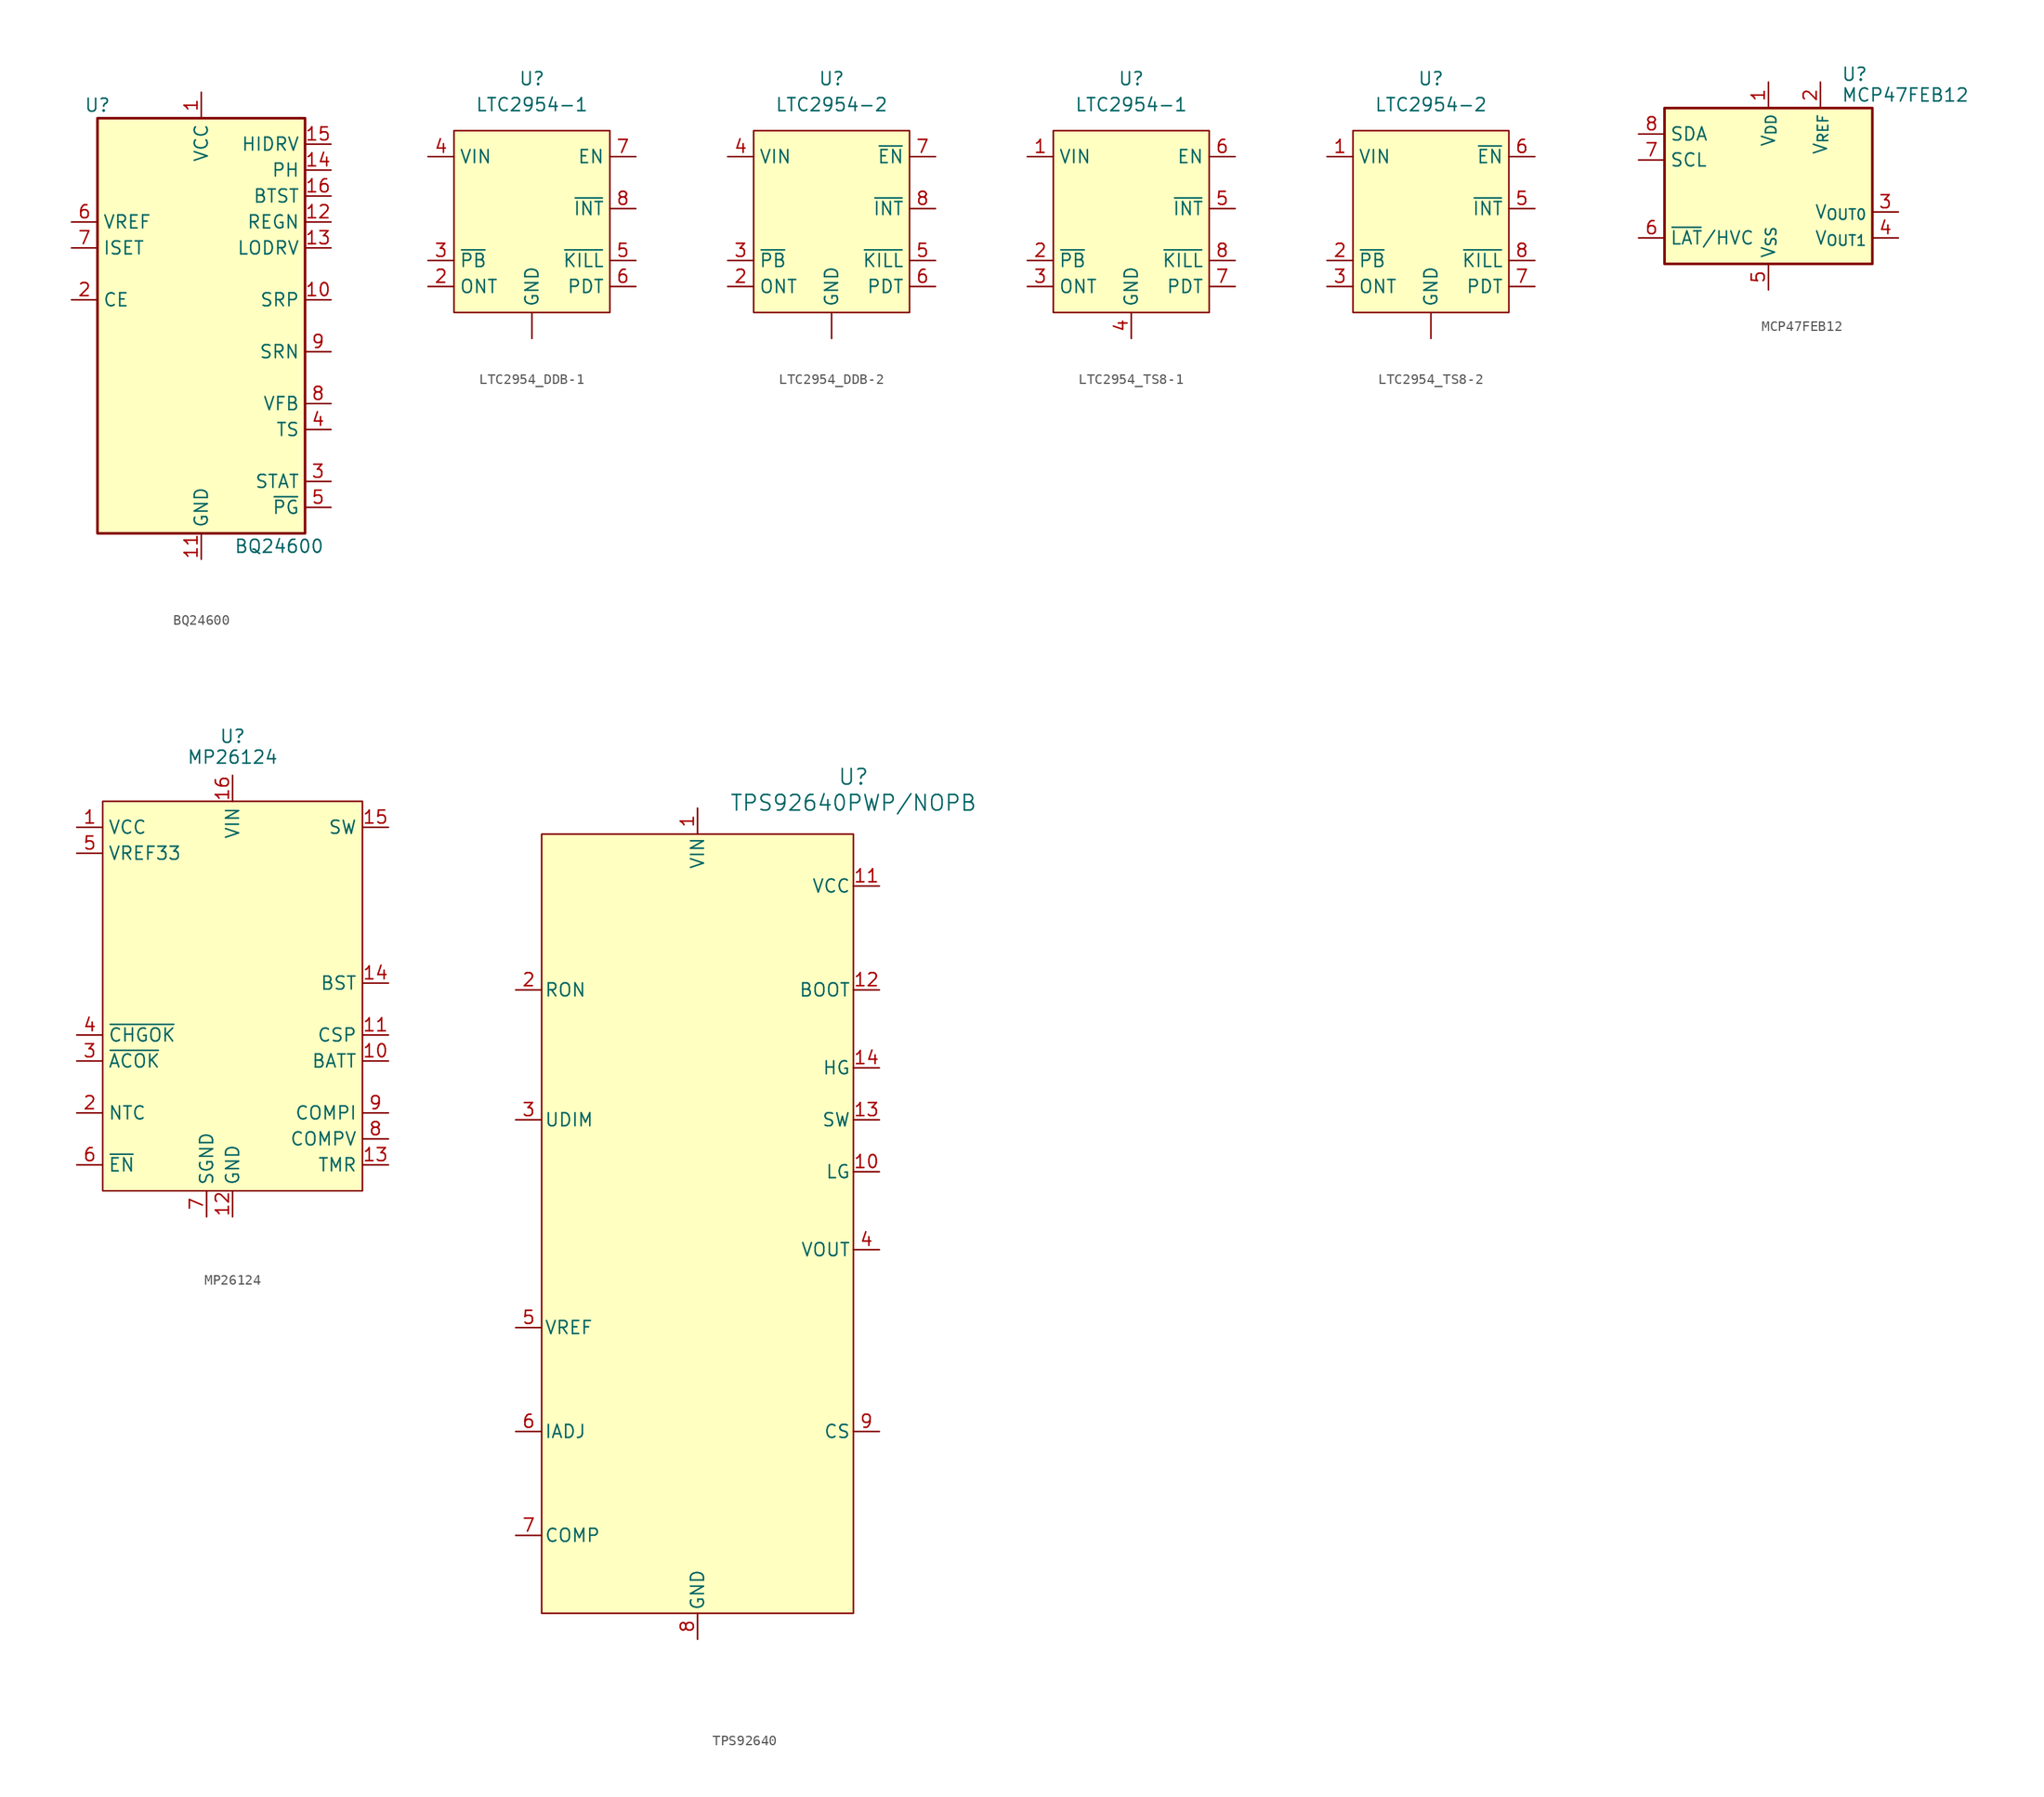
<source format=kicad_sym>
(kicad_symbol_lib
  (version 20231120)
  (generator "kicad_symbol_editor")
  (generator_version "8.0")
  (symbol "BQ24600"
    (property "Reference" "U"
      (at -10.16 21.59 0)
      (effects (font (size 1.27 1.27))))
    (property "Value" "BQ24600"
      (at 7.62 -21.59 0)
      (effects (font (size 1.27 1.27))))
    (symbol "BQ24600_1_1"
      (rectangle (start -10.16 20.32) (end 10.16 -20.32) (stroke (width 0.254) (type default)) (fill (type background)))
      (pin power_in line (at 0 22.86 270) (length 2.54) (name "VCC" (effects (font (size 1.27 1.27)))) (number "1" (effects (font (size 1.27 1.27)))))
      (pin input line (at 12.7 2.54 180) (length 2.54) (name "SRP" (effects (font (size 1.27 1.27)))) (number "10" (effects (font (size 1.27 1.27)))))
      (pin power_in line (at 0 -22.86 90) (length 2.54) (name "GND" (effects (font (size 1.27 1.27)))) (number "11" (effects (font (size 1.27 1.27)))))
      (pin output line (at 12.7 10.16 180) (length 2.54) (name "REGN" (effects (font (size 1.27 1.27)))) (number "12" (effects (font (size 1.27 1.27)))))
      (pin output line (at 12.7 7.62 180) (length 2.54) (name "LODRV" (effects (font (size 1.27 1.27)))) (number "13" (effects (font (size 1.27 1.27)))))
      (pin input line (at 12.7 15.24 180) (length 2.54) (name "PH" (effects (font (size 1.27 1.27)))) (number "14" (effects (font (size 1.27 1.27)))))
      (pin output line (at 12.7 17.78 180) (length 2.54) (name "HIDRV" (effects (font (size 1.27 1.27)))) (number "15" (effects (font (size 1.27 1.27)))))
      (pin output line (at 12.7 12.7 180) (length 2.54) (name "BTST" (effects (font (size 1.27 1.27)))) (number "16" (effects (font (size 1.27 1.27)))))
      (pin passive line (at 0 -22.86 90) (length 2.54) hide (name "GND" (effects (font (size 1.27 1.27)))) (number "17" (effects (font (size 1.27 1.27)))))
      (pin input line (at -12.7 2.54 0) (length 2.54) (name "CE" (effects (font (size 1.27 1.27)))) (number "2" (effects (font (size 1.27 1.27)))))
      (pin open_collector line (at 12.7 -15.24 180) (length 2.54) (name "STAT" (effects (font (size 1.27 1.27)))) (number "3" (effects (font (size 1.27 1.27)))))
      (pin input line (at 12.7 -10.16 180) (length 2.54) (name "TS" (effects (font (size 1.27 1.27)))) (number "4" (effects (font (size 1.27 1.27)))))
      (pin open_collector line (at 12.7 -17.78 180) (length 2.54) (name "~{PG}" (effects (font (size 1.27 1.27)))) (number "5" (effects (font (size 1.27 1.27)))))
      (pin input line (at -12.7 10.16 0) (length 2.54) (name "VREF" (effects (font (size 1.27 1.27)))) (number "6" (effects (font (size 1.27 1.27)))))
      (pin input line (at -12.7 7.62 0) (length 2.54) (name "ISET" (effects (font (size 1.27 1.27)))) (number "7" (effects (font (size 1.27 1.27)))))
      (pin input line (at 12.7 -7.62 180) (length 2.54) (name "VFB" (effects (font (size 1.27 1.27)))) (number "8" (effects (font (size 1.27 1.27)))))
      (pin input line (at 12.7 -2.54 180) (length 2.54) (name "SRN" (effects (font (size 1.27 1.27)))) (number "9" (effects (font (size 1.27 1.27)))))))
  (symbol "LTC2954_DDB-1"
    (property "Reference" "U"
      (at 0 13.97 0)
      (effects (font (size 1.27 1.27))))
    (property "Value" "LTC2954-1"
      (at 0 11.43 0)
      (effects (font (size 1.27 1.27))))
    (symbol "LTC2954_DDB-1_1_1"
      (rectangle (start -7.62 8.89) (end 7.62 -8.89) (stroke (width 0) (type default)) (fill (type background)))
      (pin power_in line (at 0 -11.43 90) (length 2.54) (name "GND" (effects (font (size 1.27 1.27)))) (number "" (effects (font (size 1.27 1.27)))))
      (pin power_in line (at 0 -11.43 90) (length 2.54) hide (name "GND" (effects (font (size 1.27 1.27)))) (number "1" (effects (font (size 1.27 1.27)))))
      (pin input line (at -10.16 -6.35 0) (length 2.54) (name "ONT" (effects (font (size 1.27 1.27)))) (number "2" (effects (font (size 1.27 1.27)))))
      (pin input line (at -10.16 -3.81 0) (length 2.54) (name "~{PB}" (effects (font (size 1.27 1.27)))) (number "3" (effects (font (size 1.27 1.27)))))
      (pin power_in line (at -10.16 6.35 0) (length 2.54) (name "VIN" (effects (font (size 1.27 1.27)))) (number "4" (effects (font (size 1.27 1.27)))))
      (pin input line (at 10.16 -3.81 180) (length 2.54) (name "~{KILL}" (effects (font (size 1.27 1.27)))) (number "5" (effects (font (size 1.27 1.27)))))
      (pin input line (at 10.16 -6.35 180) (length 2.54) (name "PDT" (effects (font (size 1.27 1.27)))) (number "6" (effects (font (size 1.27 1.27)))))
      (pin open_collector line (at 10.16 6.35 180) (length 2.54) (name "EN" (effects (font (size 1.27 1.27)))) (number "7" (effects (font (size 1.27 1.27)))))
      (pin open_collector line (at 10.16 1.27 180) (length 2.54) (name "~{INT}" (effects (font (size 1.27 1.27)))) (number "8" (effects (font (size 1.27 1.27)))))
      (pin power_in line (at 0 -11.43 90) (length 2.54) hide (name "GND" (effects (font (size 1.27 1.27)))) (number "9" (effects (font (size 1.27 1.27)))))))
  (symbol "LTC2954_DDB-2"
    (property "Reference" "U"
      (at 0 13.97 0)
      (effects (font (size 1.27 1.27))))
    (property "Value" "LTC2954-2"
      (at 0 11.43 0)
      (effects (font (size 1.27 1.27))))
    (symbol "LTC2954_DDB-2_1_1"
      (rectangle (start -7.62 8.89) (end 7.62 -8.89) (stroke (width 0) (type default)) (fill (type background)))
      (pin power_in line (at 0 -11.43 90) (length 2.54) (name "GND" (effects (font (size 1.27 1.27)))) (number "" (effects (font (size 1.27 1.27)))))
      (pin power_in line (at 0 -11.43 90) (length 2.54) hide (name "GND" (effects (font (size 1.27 1.27)))) (number "1" (effects (font (size 1.27 1.27)))))
      (pin input line (at -10.16 -6.35 0) (length 2.54) (name "ONT" (effects (font (size 1.27 1.27)))) (number "2" (effects (font (size 1.27 1.27)))))
      (pin input line (at -10.16 -3.81 0) (length 2.54) (name "~{PB}" (effects (font (size 1.27 1.27)))) (number "3" (effects (font (size 1.27 1.27)))))
      (pin power_in line (at -10.16 6.35 0) (length 2.54) (name "VIN" (effects (font (size 1.27 1.27)))) (number "4" (effects (font (size 1.27 1.27)))))
      (pin input line (at 10.16 -3.81 180) (length 2.54) (name "~{KILL}" (effects (font (size 1.27 1.27)))) (number "5" (effects (font (size 1.27 1.27)))))
      (pin input line (at 10.16 -6.35 180) (length 2.54) (name "PDT" (effects (font (size 1.27 1.27)))) (number "6" (effects (font (size 1.27 1.27)))))
      (pin open_collector line (at 10.16 6.35 180) (length 2.54) (name "~{EN}" (effects (font (size 1.27 1.27)))) (number "7" (effects (font (size 1.27 1.27)))))
      (pin open_collector line (at 10.16 1.27 180) (length 2.54) (name "~{INT}" (effects (font (size 1.27 1.27)))) (number "8" (effects (font (size 1.27 1.27)))))
      (pin power_in line (at 0 -11.43 90) (length 2.54) hide (name "GND" (effects (font (size 1.27 1.27)))) (number "9" (effects (font (size 1.27 1.27)))))))
  (symbol "LTC2954_TS8-1"
    (property "Reference" "U"
      (at 0 13.97 0)
      (effects (font (size 1.27 1.27))))
    (property "Value" "LTC2954-1"
      (at 0 11.43 0)
      (effects (font (size 1.27 1.27))))
    (symbol "LTC2954_TS8-1_1_1"
      (rectangle (start -7.62 8.89) (end 7.62 -8.89) (stroke (width 0) (type default)) (fill (type background)))
      (pin power_in line (at -10.16 6.35 0) (length 2.54) (name "VIN" (effects (font (size 1.27 1.27)))) (number "1" (effects (font (size 1.27 1.27)))))
      (pin input line (at -10.16 -3.81 0) (length 2.54) (name "~{PB}" (effects (font (size 1.27 1.27)))) (number "2" (effects (font (size 1.27 1.27)))))
      (pin input line (at -10.16 -6.35 0) (length 2.54) (name "ONT" (effects (font (size 1.27 1.27)))) (number "3" (effects (font (size 1.27 1.27)))))
      (pin power_in line (at 0 -11.43 90) (length 2.54) (name "GND" (effects (font (size 1.27 1.27)))) (number "4" (effects (font (size 1.27 1.27)))))
      (pin open_collector line (at 10.16 1.27 180) (length 2.54) (name "~{INT}" (effects (font (size 1.27 1.27)))) (number "5" (effects (font (size 1.27 1.27)))))
      (pin open_collector line (at 10.16 6.35 180) (length 2.54) (name "EN" (effects (font (size 1.27 1.27)))) (number "6" (effects (font (size 1.27 1.27)))))
      (pin input line (at 10.16 -6.35 180) (length 2.54) (name "PDT" (effects (font (size 1.27 1.27)))) (number "7" (effects (font (size 1.27 1.27)))))
      (pin input line (at 10.16 -3.81 180) (length 2.54) (name "~{KILL}" (effects (font (size 1.27 1.27)))) (number "8" (effects (font (size 1.27 1.27)))))))
  (symbol "LTC2954_TS8-2"
    (property "Reference" "U"
      (at 0 13.97 0)
      (effects (font (size 1.27 1.27))))
    (property "Value" "LTC2954-2"
      (at 0 11.43 0)
      (effects (font (size 1.27 1.27))))
    (symbol "LTC2954_TS8-2_1_1"
      (rectangle (start -7.62 8.89) (end 7.62 -8.89) (stroke (width 0) (type default)) (fill (type background)))
      (pin power_in line (at 0 -11.43 90) (length 2.54) (name "GND" (effects (font (size 1.27 1.27)))) (number "" (effects (font (size 1.27 1.27)))))
      (pin power_in line (at -10.16 6.35 0) (length 2.54) (name "VIN" (effects (font (size 1.27 1.27)))) (number "1" (effects (font (size 1.27 1.27)))))
      (pin input line (at -10.16 -3.81 0) (length 2.54) (name "~{PB}" (effects (font (size 1.27 1.27)))) (number "2" (effects (font (size 1.27 1.27)))))
      (pin input line (at -10.16 -6.35 0) (length 2.54) (name "ONT" (effects (font (size 1.27 1.27)))) (number "3" (effects (font (size 1.27 1.27)))))
      (pin power_in line (at 0 -11.43 90) (length 2.54) hide (name "GND" (effects (font (size 1.27 1.27)))) (number "4" (effects (font (size 1.27 1.27)))))
      (pin open_collector line (at 10.16 1.27 180) (length 2.54) (name "~{INT}" (effects (font (size 1.27 1.27)))) (number "5" (effects (font (size 1.27 1.27)))))
      (pin open_collector line (at 10.16 6.35 180) (length 2.54) (name "~{EN}" (effects (font (size 1.27 1.27)))) (number "6" (effects (font (size 1.27 1.27)))))
      (pin input line (at 10.16 -6.35 180) (length 2.54) (name "PDT" (effects (font (size 1.27 1.27)))) (number "7" (effects (font (size 1.27 1.27)))))
      (pin input line (at 10.16 -3.81 180) (length 2.54) (name "~{KILL}" (effects (font (size 1.27 1.27)))) (number "8" (effects (font (size 1.27 1.27)))))))
  (symbol "MCP47FEB12"
    (property "Reference" "U"
      (at 7.112 10.922 0)
      (effects (font (size 1.27 1.27)) (justify left)))
    (property "Value" "MCP47FEB12"
      (at 7.112 8.89 0)
      (effects (font (size 1.27 1.27)) (justify left)))
    (symbol "MCP47FEB12_0_1"
      (rectangle (start -10.16 7.62) (end 10.16 -7.62) (stroke (width 0.254) (type default)) (fill (type background))))
    (symbol "MCP47FEB12_1_1"
      (pin power_in line (at 0 10.16 270) (length 2.54) (name "V_{DD}" (effects (font (size 1.27 1.27)))) (number "1" (effects (font (size 1.27 1.27)))))
      (pin power_in line (at 5.08 10.16 270) (length 2.54) (name "V_{REF}" (effects (font (size 1.27 1.27)))) (number "2" (effects (font (size 1.27 1.27)))))
      (pin output line (at 12.7 -2.54 180) (length 2.54) (name "V_{OUT0}" (effects (font (size 1.27 1.27)))) (number "3" (effects (font (size 1.27 1.27)))))
      (pin output line (at 12.7 -5.08 180) (length 2.54) (name "V_{OUT1}" (effects (font (size 1.27 1.27)))) (number "4" (effects (font (size 1.27 1.27)))))
      (pin power_in line (at 0 -10.16 90) (length 2.54) (name "V_{SS}" (effects (font (size 1.27 1.27)))) (number "5" (effects (font (size 1.27 1.27)))))
      (pin input line (at -12.7 -5.08 0) (length 2.54) (name "~{LAT}/HVC" (effects (font (size 1.27 1.27)))) (number "6" (effects (font (size 1.27 1.27)))))
      (pin input line (at -12.7 2.54 0) (length 2.54) (name "SCL" (effects (font (size 1.27 1.27)))) (number "7" (effects (font (size 1.27 1.27)))))
      (pin input line (at -12.7 5.08 0) (length 2.54) (name "SDA" (effects (font (size 1.27 1.27)))) (number "8" (effects (font (size 1.27 1.27)))))))
  (symbol "MP26124"
    (property "Reference" "U"
      (at 0 25.4 0)
      (effects (font (size 1.27 1.27))))
    (property "Value" "MP26124"
      (at 0 23.368 0)
      (effects (font (size 1.27 1.27))))
    (symbol "MP26124_1_0"
      (pin input line (at 15.24 -6.35 180) (length 2.54) (name "BATT" (effects (font (size 1.27 1.27)))) (number "10" (effects (font (size 1.27 1.27)))))
      (pin input line (at 15.24 -3.81 180) (length 2.54) (name "CSP" (effects (font (size 1.27 1.27)))) (number "11" (effects (font (size 1.27 1.27)))))
      (pin power_in line (at 0 -21.59 90) (length 2.54) (name "GND" (effects (font (size 1.27 1.27)))) (number "12" (effects (font (size 1.27 1.27)))))
      (pin passive line (at 15.24 -16.51 180) (length 2.54) (name "TMR" (effects (font (size 1.27 1.27)))) (number "13" (effects (font (size 1.27 1.27)))))
      (pin passive line (at 15.24 1.27 180) (length 2.54) (name "BST" (effects (font (size 1.27 1.27)))) (number "14" (effects (font (size 1.27 1.27)))))
      (pin power_out line (at 15.24 16.51 180) (length 2.54) (name "SW" (effects (font (size 1.27 1.27)))) (number "15" (effects (font (size 1.27 1.27)))))
      (pin power_in line (at 0 21.59 270) (length 2.54) (name "VIN" (effects (font (size 1.27 1.27)))) (number "16" (effects (font (size 1.27 1.27)))))
      (pin power_in line (at 0 -21.59 90) (length 2.54) hide (name "GND" (effects (font (size 1.27 1.27)))) (number "17" (effects (font (size 1.27 1.27)))))
      (pin input line (at -15.24 -11.43 0) (length 2.54) (name "NTC" (effects (font (size 1.27 1.27)))) (number "2" (effects (font (size 1.27 1.27)))))
      (pin open_collector line (at -15.24 -6.35 0) (length 2.54) (name "~{ACOK}" (effects (font (size 1.27 1.27)))) (number "3" (effects (font (size 1.27 1.27)))))
      (pin open_collector line (at -15.24 -3.81 0) (length 2.54) (name "~{CHGOK}" (effects (font (size 1.27 1.27)))) (number "4" (effects (font (size 1.27 1.27)))))
      (pin power_out line (at -15.24 13.97 0) (length 2.54) (name "VREF33" (effects (font (size 1.27 1.27)))) (number "5" (effects (font (size 1.27 1.27)))))
      (pin open_collector line (at -15.24 -16.51 0) (length 2.54) (name "~{EN}" (effects (font (size 1.27 1.27)))) (number "6" (effects (font (size 1.27 1.27)))))
      (pin power_in line (at -2.54 -21.59 90) (length 2.54) (name "SGND" (effects (font (size 1.27 1.27)))) (number "7" (effects (font (size 1.27 1.27)))))
      (pin passive line (at 15.24 -13.97 180) (length 2.54) (name "COMPV" (effects (font (size 1.27 1.27)))) (number "8" (effects (font (size 1.27 1.27)))))
      (pin passive line (at 15.24 -11.43 180) (length 2.54) (name "COMPI" (effects (font (size 1.27 1.27)))) (number "9" (effects (font (size 1.27 1.27))))))
    (symbol "MP26124_1_1"
      (rectangle (start -12.7 19.05) (end 12.7 -19.05) (stroke (width 0) (type default)) (fill (type background)))
      (pin power_in line (at -15.24 16.51 0) (length 2.54) (name "VCC" (effects (font (size 1.27 1.27)))) (number "1" (effects (font (size 1.27 1.27)))))))
  (symbol "TPS92640"
    (pin_names
      (offset 0.254))
    (property "Reference" "U"
      (at 15.24 43.688 0)
      (effects (font (size 1.524 1.524))))
    (property "Value" "TPS92640PWP/NOPB"
      (at 15.24 41.148 0)
      (effects (font (size 1.524 1.524))))
    (symbol "TPS92640_0_1"
      (pin power_in line (at 0 40.64 270) (length 2.54) (name "VIN" (effects (font (size 1.27 1.27)))) (number "1" (effects (font (size 1.27 1.27)))))
      (pin output line (at 17.78 5.08 180) (length 2.54) (name "LG" (effects (font (size 1.27 1.27)))) (number "10" (effects (font (size 1.27 1.27)))))
      (pin power_in line (at 17.78 33.02 180) (length 2.54) (name "VCC" (effects (font (size 1.27 1.27)))) (number "11" (effects (font (size 1.27 1.27)))))
      (pin power_in line (at 17.78 22.86 180) (length 2.54) (name "BOOT" (effects (font (size 1.27 1.27)))) (number "12" (effects (font (size 1.27 1.27)))))
      (pin power_in line (at 17.78 10.16 180) (length 2.54) (name "SW" (effects (font (size 1.27 1.27)))) (number "13" (effects (font (size 1.27 1.27)))))
      (pin output line (at 17.78 15.24 180) (length 2.54) (name "HG" (effects (font (size 1.27 1.27)))) (number "14" (effects (font (size 1.27 1.27)))))
      (pin input line (at -17.78 22.86 0) (length 2.54) (name "RON" (effects (font (size 1.27 1.27)))) (number "2" (effects (font (size 1.27 1.27)))))
      (pin input line (at -17.78 10.16 0) (length 2.54) (name "UDIM" (effects (font (size 1.27 1.27)))) (number "3" (effects (font (size 1.27 1.27)))))
      (pin output line (at 17.78 -2.54 180) (length 2.54) (name "VOUT" (effects (font (size 1.27 1.27)))) (number "4" (effects (font (size 1.27 1.27)))))
      (pin power_in line (at -17.78 -10.16 0) (length 2.54) (name "VREF" (effects (font (size 1.27 1.27)))) (number "5" (effects (font (size 1.27 1.27)))))
      (pin input line (at -17.78 -20.32 0) (length 2.54) (name "IADJ" (effects (font (size 1.27 1.27)))) (number "6" (effects (font (size 1.27 1.27)))))
      (pin output line (at -17.78 -30.48 0) (length 2.54) (name "COMP" (effects (font (size 1.27 1.27)))) (number "7" (effects (font (size 1.27 1.27)))))
      (pin power_in line (at 0 -40.64 90) (length 2.54) (name "GND" (effects (font (size 1.27 1.27)))) (number "8" (effects (font (size 1.27 1.27)))))
      (pin input line (at 17.78 -20.32 180) (length 2.54) (name "CS" (effects (font (size 1.27 1.27)))) (number "9" (effects (font (size 1.27 1.27))))))
    (symbol "TPS92640_1_1"
      (rectangle (start -15.24 38.1) (end 15.24 -38.1) (stroke (width 0) (type default)) (fill (type background)))
      (pin power_in line (at 0 -40.64 90) (length 2.54) hide (name "PAD" (effects (font (size 1.27 1.27)))) (number "15" (effects (font (size 1.27 1.27))))))))
</source>
